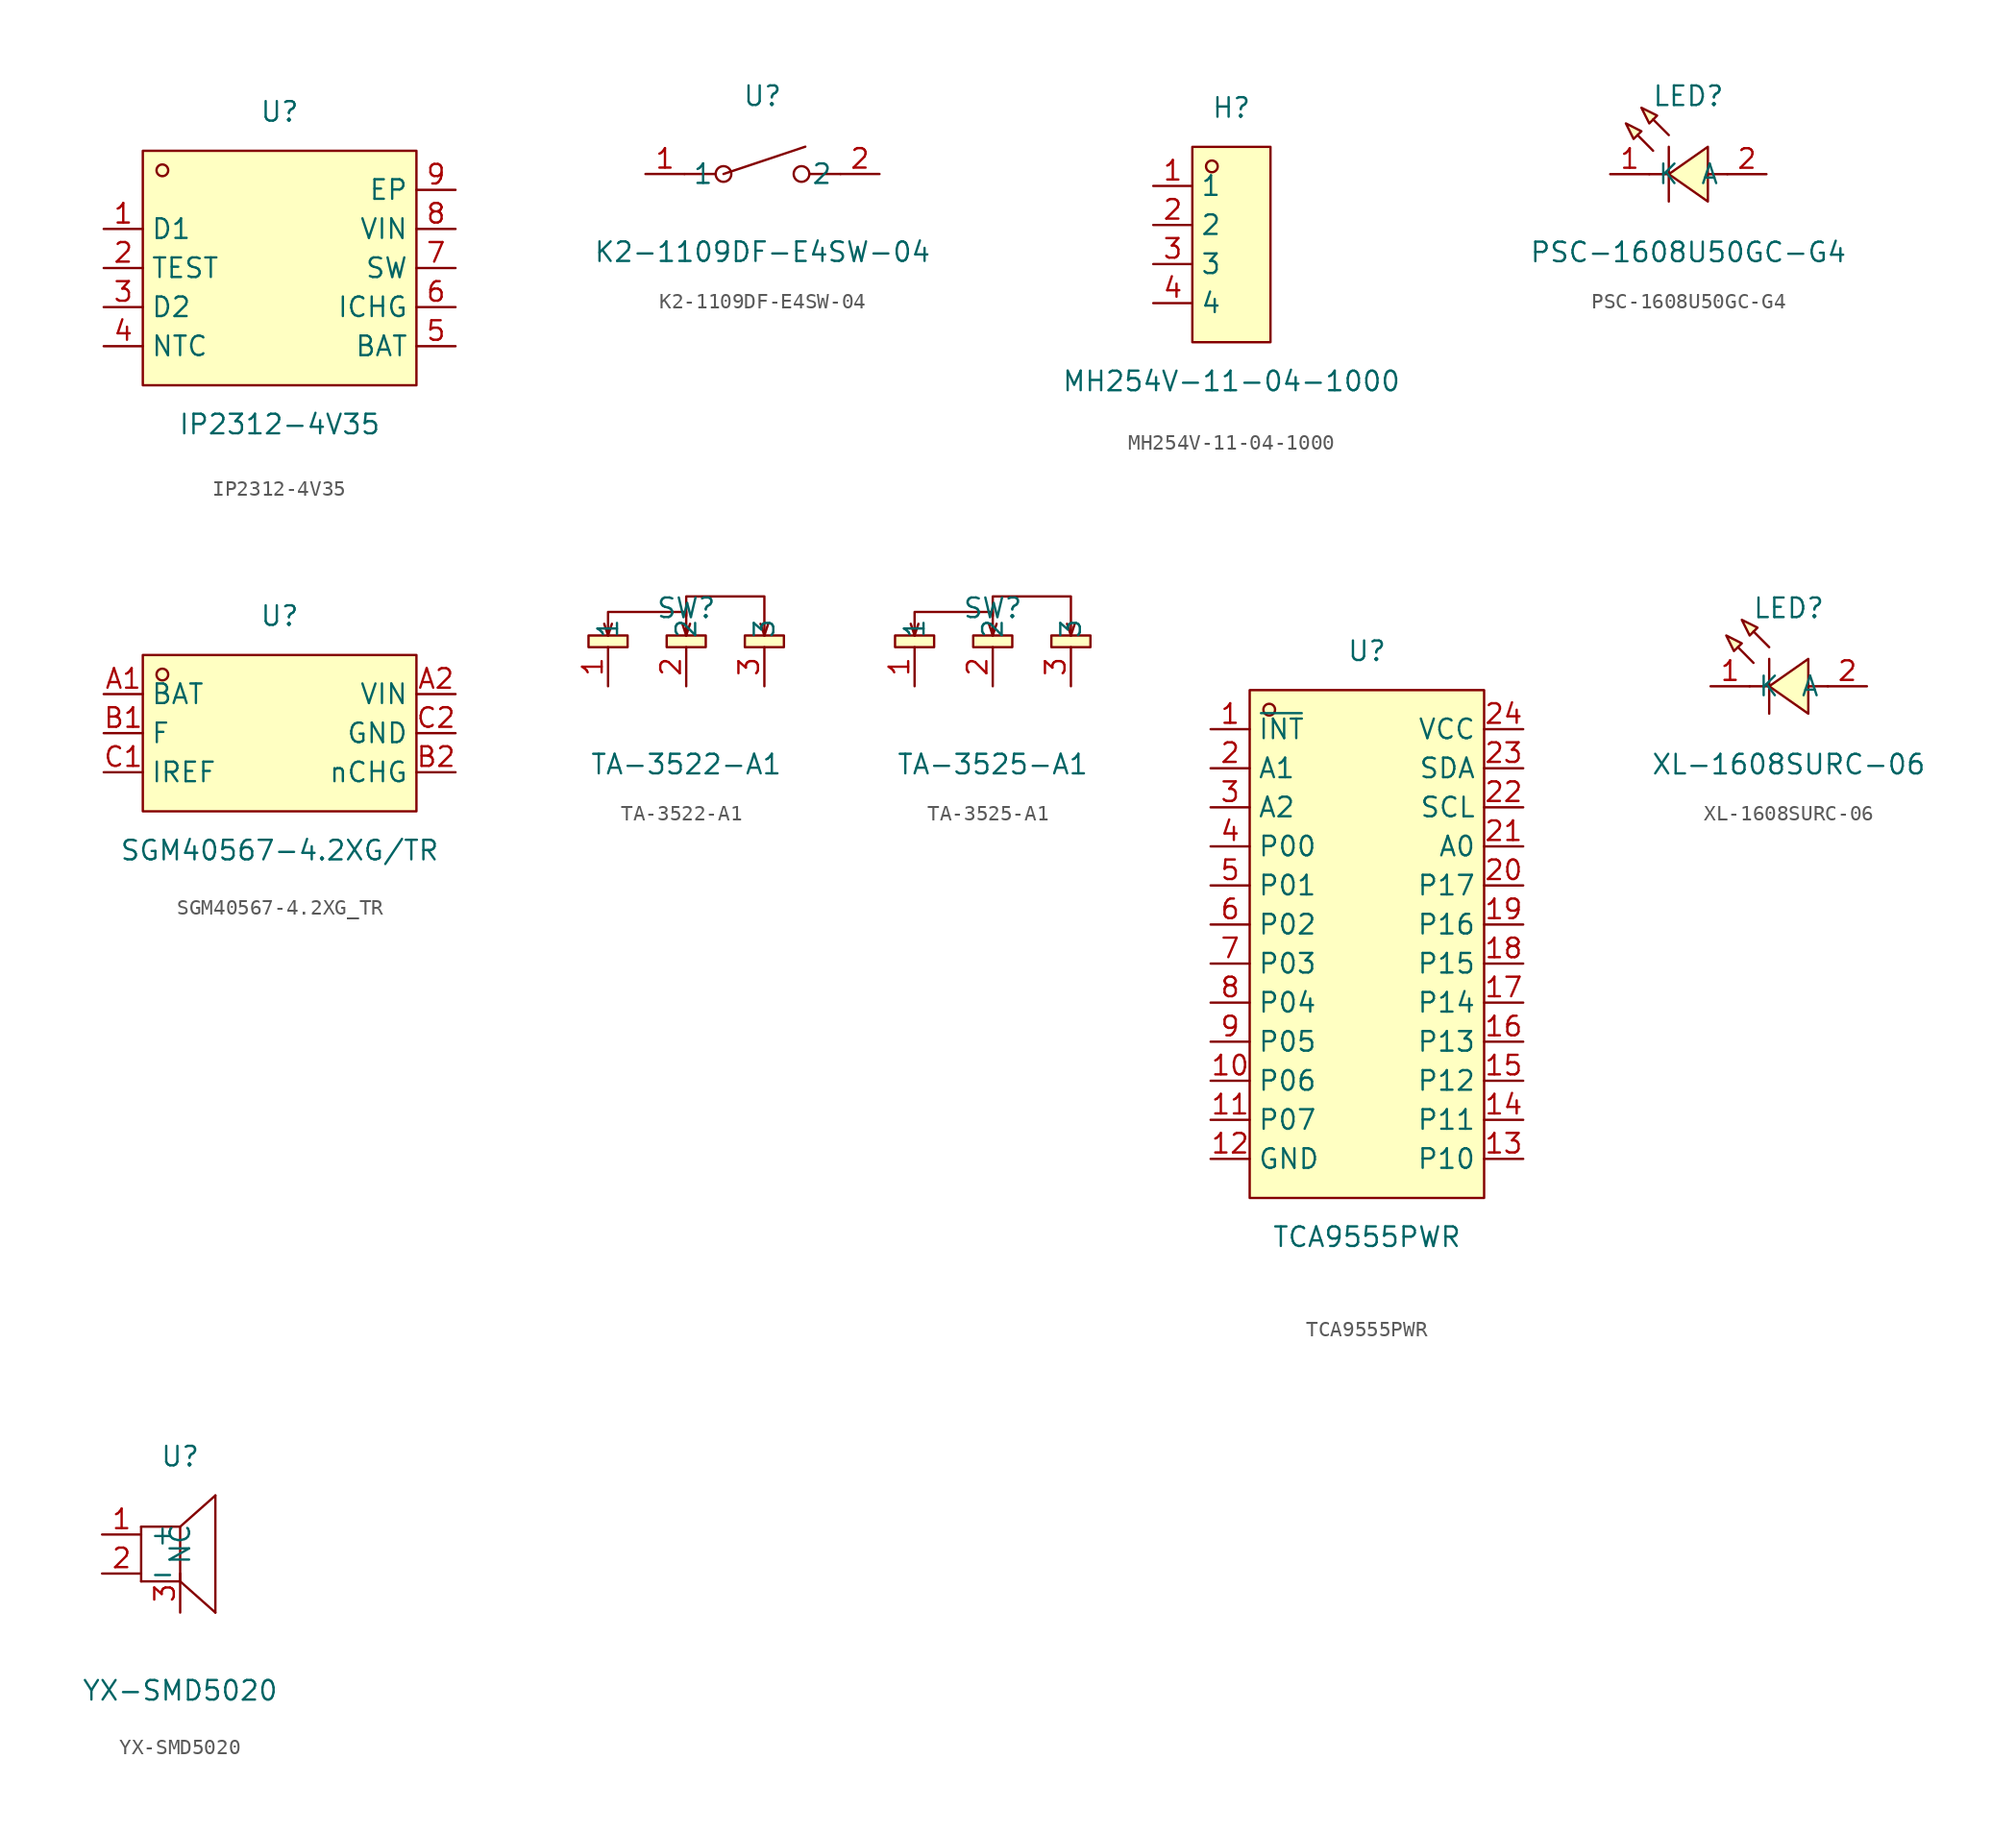
<source format=kicad_sym>
(kicad_symbol_lib
  (version 20211014)
  (generator https://github.com/uPesy/easyeda2kicad.py)
  (symbol "IP2312-4V35"
    (property "Reference" "U"
      (at 0 10.16 0)
      (effects (font (size 1.27 1.27))))
    (property "Value" "IP2312-4V35"
      (at 0 -10.16 0)
      (effects (font (size 1.27 1.27))))
    (symbol "IP2312-4V35_0_1"
      (rectangle (start -8.89 7.62) (end 8.89 -7.62) (stroke (width 0) (type default) (color 0 0 0 0)) (fill (type background)))
      (circle (center -7.62 6.35) (radius 0.38) (stroke (width 0) (type default) (color 0 0 0 0)) (fill (type none)))
      (pin unspecified line (at -11.43 2.54 0) (length 2.54) (name "D1" (effects (font (size 1.27 1.27)))) (number "1" (effects (font (size 1.27 1.27)))))
      (pin unspecified line (at -11.43 -0.00 0) (length 2.54) (name "TEST" (effects (font (size 1.27 1.27)))) (number "2" (effects (font (size 1.27 1.27)))))
      (pin unspecified line (at -11.43 -2.54 0) (length 2.54) (name "D2" (effects (font (size 1.27 1.27)))) (number "3" (effects (font (size 1.27 1.27)))))
      (pin unspecified line (at -11.43 -5.08 0) (length 2.54) (name "NTC" (effects (font (size 1.27 1.27)))) (number "4" (effects (font (size 1.27 1.27)))))
      (pin unspecified line (at 11.43 -5.08 180) (length 2.54) (name "BAT" (effects (font (size 1.27 1.27)))) (number "5" (effects (font (size 1.27 1.27)))))
      (pin unspecified line (at 11.43 -2.54 180) (length 2.54) (name "ICHG" (effects (font (size 1.27 1.27)))) (number "6" (effects (font (size 1.27 1.27)))))
      (pin unspecified line (at 11.43 -0.00 180) (length 2.54) (name "SW" (effects (font (size 1.27 1.27)))) (number "7" (effects (font (size 1.27 1.27)))))
      (pin unspecified line (at 11.43 2.54 180) (length 2.54) (name "VIN" (effects (font (size 1.27 1.27)))) (number "8" (effects (font (size 1.27 1.27)))))
      (pin unspecified line (at 11.43 5.08 180) (length 2.54) (name "EP" (effects (font (size 1.27 1.27)))) (number "9" (effects (font (size 1.27 1.27)))))))
  (symbol "K2-1109DF-E4SW-04"
    (property "Reference" "U"
      (at 0 5.08 0)
      (effects (font (size 1.27 1.27))))
    (property "Value" "K2-1109DF-E4SW-04"
      (at 0 -5.08 0)
      (effects (font (size 1.27 1.27))))
    (symbol "K2-1109DF-E4SW-04_0_1"
      (circle (center -2.54 -0.00) (radius 0.51) (stroke (width 0) (type default) (color 0 0 0 0)) (fill (type none)))
      (circle (center 2.54 -0.00) (radius 0.51) (stroke (width 0) (type default) (color 0 0 0 0)) (fill (type none)))
      (polyline (pts (xy 3.05 -0.00) (xy 5.08 -0.00)) (stroke (width 0) (type default) (color 0 0 0 0)) (fill (type none)))
      (polyline (pts (xy -3.05 -0.00) (xy -5.08 -0.00)) (stroke (width 0) (type default) (color 0 0 0 0)) (fill (type none)))
      (polyline (pts (xy -2.54 -0.00) (xy 2.79 1.78)) (stroke (width 0) (type default) (color 0 0 0 0)) (fill (type none)))
      (pin unspecified line (at -7.62 -0.00 0) (length 2.54) (name "1" (effects (font (size 1.27 1.27)))) (number "1" (effects (font (size 1.27 1.27)))))
      (pin unspecified line (at 7.62 -0.00 180) (length 2.54) (name "2" (effects (font (size 1.27 1.27)))) (number "2" (effects (font (size 1.27 1.27)))))))
  (symbol "MH254V-11-04-1000"
    (property "Reference" "H"
      (at 0 8.89 0)
      (effects (font (size 1.27 1.27))))
    (property "Value" "MH254V-11-04-1000"
      (at 0 -8.89 0)
      (effects (font (size 1.27 1.27))))
    (symbol "MH254V-11-04-1000_0_1"
      (rectangle (start -2.54 6.35) (end 2.54 -6.35) (stroke (width 0) (type default) (color 0 0 0 0)) (fill (type background)))
      (circle (center -1.27 5.08) (radius 0.38) (stroke (width 0) (type default) (color 0 0 0 0)) (fill (type none)))
      (pin unspecified line (at -5.08 3.81 0) (length 2.54) (name "1" (effects (font (size 1.27 1.27)))) (number "1" (effects (font (size 1.27 1.27)))))
      (pin unspecified line (at -5.08 1.27 0) (length 2.54) (name "2" (effects (font (size 1.27 1.27)))) (number "2" (effects (font (size 1.27 1.27)))))
      (pin unspecified line (at -5.08 -1.27 0) (length 2.54) (name "3" (effects (font (size 1.27 1.27)))) (number "3" (effects (font (size 1.27 1.27)))))
      (pin unspecified line (at -5.08 -3.81 0) (length 2.54) (name "4" (effects (font (size 1.27 1.27)))) (number "4" (effects (font (size 1.27 1.27)))))))
  (symbol "PSC-1608U50GC-G4"
    (property "Reference" "LED"
      (at 0 5.08 0)
      (effects (font (size 1.27 1.27))))
    (property "Value" "PSC-1608U50GC-G4"
      (at 0 -5.08 0)
      (effects (font (size 1.27 1.27))))
    (symbol "PSC-1608U50GC-G4_0_1"
      (polyline (pts (xy -4.06 3.30) (xy -3.05 2.79) (xy -3.56 2.29) (xy -4.06 3.30)) (stroke (width 0) (type default) (color 0 0 0 0)) (fill (type background)))
      (polyline (pts (xy -3.05 4.32) (xy -2.03 3.81) (xy -2.54 3.30) (xy -3.05 4.32)) (stroke (width 0) (type default) (color 0 0 0 0)) (fill (type background)))
      (polyline (pts (xy 1.27 1.78) (xy -1.27 -0.00) (xy 1.27 -1.78) (xy 1.27 1.78)) (stroke (width 0) (type default) (color 0 0 0 0)) (fill (type background)))
      (polyline (pts (xy -2.29 1.52) (xy -3.30 2.54) (xy -2.29 1.52)) (stroke (width 0) (type default) (color 0 0 0 0)) (fill (type background)))
      (polyline (pts (xy -1.27 2.54) (xy -2.29 3.56) (xy -1.27 2.54)) (stroke (width 0) (type default) (color 0 0 0 0)) (fill (type background)))
      (polyline (pts (xy -1.27 -0.00) (xy -2.54 -0.00)) (stroke (width 0) (type default) (color 0 0 0 0)) (fill (type none)))
      (polyline (pts (xy 2.54 -0.00) (xy 1.27 -0.00)) (stroke (width 0) (type default) (color 0 0 0 0)) (fill (type none)))
      (polyline (pts (xy -1.27 1.78) (xy -1.27 -1.78)) (stroke (width 0) (type default) (color 0 0 0 0)) (fill (type none)))
      (pin unspecified line (at -5.08 -0.00 0) (length 2.54) (name "K" (effects (font (size 1.27 1.27)))) (number "1" (effects (font (size 1.27 1.27)))))
      (pin unspecified line (at 5.08 -0.00 180) (length 2.54) (name "A" (effects (font (size 1.27 1.27)))) (number "2" (effects (font (size 1.27 1.27)))))))
  (symbol "SGM40567-4.2XG_TR"
    (property "Reference" "U"
      (at 0 7.62 0)
      (effects (font (size 1.27 1.27))))
    (property "Value" "SGM40567-4.2XG/TR"
      (at 0 -7.62 0)
      (effects (font (size 1.27 1.27))))
    (symbol "SGM40567-4.2XG_TR_0_1"
      (rectangle (start -8.89 5.08) (end 8.89 -5.08) (stroke (width 0) (type default) (color 0 0 0 0)) (fill (type background)))
      (circle (center -7.62 3.81) (radius 0.38) (stroke (width 0) (type default) (color 0 0 0 0)) (fill (type none)))
      (pin unspecified line (at -11.43 2.54 0) (length 2.54) (name "BAT" (effects (font (size 1.27 1.27)))) (number "A1" (effects (font (size 1.27 1.27)))))
      (pin unspecified line (at -11.43 -0.00 0) (length 2.54) (name "F" (effects (font (size 1.27 1.27)))) (number "B1" (effects (font (size 1.27 1.27)))))
      (pin unspecified line (at -11.43 -2.54 0) (length 2.54) (name "IREF" (effects (font (size 1.27 1.27)))) (number "C1" (effects (font (size 1.27 1.27)))))
      (pin unspecified line (at 11.43 -2.54 180) (length 2.54) (name "nCHG" (effects (font (size 1.27 1.27)))) (number "B2" (effects (font (size 1.27 1.27)))))
      (pin unspecified line (at 11.43 -0.00 180) (length 2.54) (name "GND" (effects (font (size 1.27 1.27)))) (number "C2" (effects (font (size 1.27 1.27)))))
      (pin unspecified line (at 11.43 2.54 180) (length 2.54) (name "VIN" (effects (font (size 1.27 1.27)))) (number "A2" (effects (font (size 1.27 1.27)))))))
  (symbol "TA-3522-A1"
    (property "Reference" "SW"
      (at 0 2.54 0)
      (effects (font (size 1.27 1.27))))
    (property "Value" "TA-3522-A1"
      (at 0 -7.62 0)
      (effects (font (size 1.27 1.27))))
    (symbol "TA-3522-A1_0_1"
      (rectangle (start 3.81 0.76) (end 6.35 0.00) (stroke (width 0) (type default) (color 0 0 0 0)) (fill (type background)))
      (rectangle (start -1.27 0.76) (end 1.27 0.00) (stroke (width 0) (type default) (color 0 0 0 0)) (fill (type background)))
      (rectangle (start -6.35 0.76) (end -3.81 0.00) (stroke (width 0) (type default) (color 0 0 0 0)) (fill (type background)))
      (polyline (pts (xy -5.08 0.76) (xy -5.08 2.29) (xy 0.00 2.29) (xy 0.00 0.76)) (stroke (width 0) (type default) (color 0 0 0 0)) (fill (type none)))
      (polyline (pts (xy 0.00 2.03) (xy 0.00 3.30) (xy 5.08 3.30) (xy 5.08 0.76)) (stroke (width 0) (type default) (color 0 0 0 0)) (fill (type none)))
      (polyline (pts (xy -5.08 0.76) (xy -5.33 1.52)) (stroke (width 0) (type default) (color 0 0 0 0)) (fill (type none)))
      (polyline (pts (xy -5.08 0.76) (xy -4.83 1.52)) (stroke (width 0) (type default) (color 0 0 0 0)) (fill (type none)))
      (polyline (pts (xy 0.00 0.76) (xy -0.25 1.52)) (stroke (width 0) (type default) (color 0 0 0 0)) (fill (type none)))
      (polyline (pts (xy 0.00 0.76) (xy 0.25 1.52)) (stroke (width 0) (type default) (color 0 0 0 0)) (fill (type none)))
      (polyline (pts (xy 5.08 0.76) (xy 4.83 1.52)) (stroke (width 0) (type default) (color 0 0 0 0)) (fill (type none)))
      (polyline (pts (xy 5.08 0.76) (xy 5.33 1.52)) (stroke (width 0) (type default) (color 0 0 0 0)) (fill (type none)))
      (pin unspecified line (at 5.08 -2.54 90) (length 2.54) (name "3" (effects (font (size 1.27 1.27)))) (number "3" (effects (font (size 1.27 1.27)))))
      (pin unspecified line (at 0.00 -2.54 90) (length 2.54) (name "2" (effects (font (size 1.27 1.27)))) (number "2" (effects (font (size 1.27 1.27)))))
      (pin unspecified line (at -5.08 -2.54 90) (length 2.54) (name "1" (effects (font (size 1.27 1.27)))) (number "1" (effects (font (size 1.27 1.27)))))))
  (symbol "TA-3525-A1"
    (property "Reference" "SW"
      (at 0 2.54 0)
      (effects (font (size 1.27 1.27))))
    (property "Value" "TA-3525-A1"
      (at 0 -7.62 0)
      (effects (font (size 1.27 1.27))))
    (symbol "TA-3525-A1_0_1"
      (rectangle (start 3.81 0.76) (end 6.35 0.00) (stroke (width 0) (type default) (color 0 0 0 0)) (fill (type background)))
      (rectangle (start -1.27 0.76) (end 1.27 0.00) (stroke (width 0) (type default) (color 0 0 0 0)) (fill (type background)))
      (rectangle (start -6.35 0.76) (end -3.81 0.00) (stroke (width 0) (type default) (color 0 0 0 0)) (fill (type background)))
      (polyline (pts (xy -5.08 0.76) (xy -5.08 2.29) (xy 0.00 2.29) (xy 0.00 0.76)) (stroke (width 0) (type default) (color 0 0 0 0)) (fill (type none)))
      (polyline (pts (xy 0.00 2.03) (xy 0.00 3.30) (xy 5.08 3.30) (xy 5.08 0.76)) (stroke (width 0) (type default) (color 0 0 0 0)) (fill (type none)))
      (polyline (pts (xy -5.08 0.76) (xy -5.33 1.52)) (stroke (width 0) (type default) (color 0 0 0 0)) (fill (type none)))
      (polyline (pts (xy -5.08 0.76) (xy -4.83 1.52)) (stroke (width 0) (type default) (color 0 0 0 0)) (fill (type none)))
      (polyline (pts (xy 0.00 0.76) (xy -0.25 1.52)) (stroke (width 0) (type default) (color 0 0 0 0)) (fill (type none)))
      (polyline (pts (xy 0.00 0.76) (xy 0.25 1.52)) (stroke (width 0) (type default) (color 0 0 0 0)) (fill (type none)))
      (polyline (pts (xy 5.08 0.76) (xy 4.83 1.52)) (stroke (width 0) (type default) (color 0 0 0 0)) (fill (type none)))
      (polyline (pts (xy 5.08 0.76) (xy 5.33 1.52)) (stroke (width 0) (type default) (color 0 0 0 0)) (fill (type none)))
      (pin unspecified line (at 5.08 -2.54 90) (length 2.54) (name "3" (effects (font (size 1.27 1.27)))) (number "3" (effects (font (size 1.27 1.27)))))
      (pin unspecified line (at 0.00 -2.54 90) (length 2.54) (name "2" (effects (font (size 1.27 1.27)))) (number "2" (effects (font (size 1.27 1.27)))))
      (pin unspecified line (at -5.08 -2.54 90) (length 2.54) (name "1" (effects (font (size 1.27 1.27)))) (number "1" (effects (font (size 1.27 1.27)))))))
  (symbol "TCA9555PWR"
    (property "Reference" "U"
      (at 0 19.05 0)
      (effects (font (size 1.27 1.27))))
    (property "Value" "TCA9555PWR"
      (at 0 -19.05 0)
      (effects (font (size 1.27 1.27))))
    (symbol "TCA9555PWR_0_1"
      (rectangle (start -7.62 16.51) (end 7.62 -16.51) (stroke (width 0) (type default) (color 0 0 0 0)) (fill (type background)))
      (circle (center -6.35 15.24) (radius 0.38) (stroke (width 0) (type default) (color 0 0 0 0)) (fill (type none)))
      (pin unspecified line (at -10.16 13.97 0) (length 2.54) (name "~{INT}" (effects (font (size 1.27 1.27)))) (number "1" (effects (font (size 1.27 1.27)))))
      (pin unspecified line (at -10.16 11.43 0) (length 2.54) (name "A1" (effects (font (size 1.27 1.27)))) (number "2" (effects (font (size 1.27 1.27)))))
      (pin unspecified line (at -10.16 8.89 0) (length 2.54) (name "A2" (effects (font (size 1.27 1.27)))) (number "3" (effects (font (size 1.27 1.27)))))
      (pin unspecified line (at -10.16 6.35 0) (length 2.54) (name "P00" (effects (font (size 1.27 1.27)))) (number "4" (effects (font (size 1.27 1.27)))))
      (pin unspecified line (at -10.16 3.81 0) (length 2.54) (name "P01" (effects (font (size 1.27 1.27)))) (number "5" (effects (font (size 1.27 1.27)))))
      (pin unspecified line (at -10.16 1.27 0) (length 2.54) (name "P02" (effects (font (size 1.27 1.27)))) (number "6" (effects (font (size 1.27 1.27)))))
      (pin unspecified line (at -10.16 -1.27 0) (length 2.54) (name "P03" (effects (font (size 1.27 1.27)))) (number "7" (effects (font (size 1.27 1.27)))))
      (pin unspecified line (at -10.16 -3.81 0) (length 2.54) (name "P04" (effects (font (size 1.27 1.27)))) (number "8" (effects (font (size 1.27 1.27)))))
      (pin unspecified line (at -10.16 -6.35 0) (length 2.54) (name "P05" (effects (font (size 1.27 1.27)))) (number "9" (effects (font (size 1.27 1.27)))))
      (pin unspecified line (at -10.16 -8.89 0) (length 2.54) (name "P06" (effects (font (size 1.27 1.27)))) (number "10" (effects (font (size 1.27 1.27)))))
      (pin unspecified line (at -10.16 -11.43 0) (length 2.54) (name "P07" (effects (font (size 1.27 1.27)))) (number "11" (effects (font (size 1.27 1.27)))))
      (pin unspecified line (at -10.16 -13.97 0) (length 2.54) (name "GND" (effects (font (size 1.27 1.27)))) (number "12" (effects (font (size 1.27 1.27)))))
      (pin unspecified line (at 10.16 -13.97 180) (length 2.54) (name "P10" (effects (font (size 1.27 1.27)))) (number "13" (effects (font (size 1.27 1.27)))))
      (pin unspecified line (at 10.16 -11.43 180) (length 2.54) (name "P11" (effects (font (size 1.27 1.27)))) (number "14" (effects (font (size 1.27 1.27)))))
      (pin unspecified line (at 10.16 -8.89 180) (length 2.54) (name "P12" (effects (font (size 1.27 1.27)))) (number "15" (effects (font (size 1.27 1.27)))))
      (pin unspecified line (at 10.16 -6.35 180) (length 2.54) (name "P13" (effects (font (size 1.27 1.27)))) (number "16" (effects (font (size 1.27 1.27)))))
      (pin unspecified line (at 10.16 -3.81 180) (length 2.54) (name "P14" (effects (font (size 1.27 1.27)))) (number "17" (effects (font (size 1.27 1.27)))))
      (pin unspecified line (at 10.16 -1.27 180) (length 2.54) (name "P15" (effects (font (size 1.27 1.27)))) (number "18" (effects (font (size 1.27 1.27)))))
      (pin unspecified line (at 10.16 1.27 180) (length 2.54) (name "P16" (effects (font (size 1.27 1.27)))) (number "19" (effects (font (size 1.27 1.27)))))
      (pin unspecified line (at 10.16 3.81 180) (length 2.54) (name "P17" (effects (font (size 1.27 1.27)))) (number "20" (effects (font (size 1.27 1.27)))))
      (pin unspecified line (at 10.16 6.35 180) (length 2.54) (name "A0" (effects (font (size 1.27 1.27)))) (number "21" (effects (font (size 1.27 1.27)))))
      (pin unspecified line (at 10.16 8.89 180) (length 2.54) (name "SCL" (effects (font (size 1.27 1.27)))) (number "22" (effects (font (size 1.27 1.27)))))
      (pin unspecified line (at 10.16 11.43 180) (length 2.54) (name "SDA" (effects (font (size 1.27 1.27)))) (number "23" (effects (font (size 1.27 1.27)))))
      (pin unspecified line (at 10.16 13.97 180) (length 2.54) (name "VCC" (effects (font (size 1.27 1.27)))) (number "24" (effects (font (size 1.27 1.27)))))))
  (symbol "XL-1608SURC-06"
    (property "Reference" "LED"
      (at 0 5.08 0)
      (effects (font (size 1.27 1.27))))
    (property "Value" "XL-1608SURC-06"
      (at 0 -5.08 0)
      (effects (font (size 1.27 1.27))))
    (symbol "XL-1608SURC-06_0_1"
      (polyline (pts (xy -4.06 3.30) (xy -3.05 2.79) (xy -3.56 2.29) (xy -4.06 3.30)) (stroke (width 0) (type default) (color 0 0 0 0)) (fill (type background)))
      (polyline (pts (xy -3.05 4.32) (xy -2.03 3.81) (xy -2.54 3.30) (xy -3.05 4.32)) (stroke (width 0) (type default) (color 0 0 0 0)) (fill (type background)))
      (polyline (pts (xy 1.27 1.78) (xy -1.27 -0.00) (xy 1.27 -1.78) (xy 1.27 1.78)) (stroke (width 0) (type default) (color 0 0 0 0)) (fill (type background)))
      (polyline (pts (xy -2.29 1.52) (xy -3.30 2.54) (xy -2.29 1.52)) (stroke (width 0) (type default) (color 0 0 0 0)) (fill (type background)))
      (polyline (pts (xy -1.27 2.54) (xy -2.29 3.56) (xy -1.27 2.54)) (stroke (width 0) (type default) (color 0 0 0 0)) (fill (type background)))
      (polyline (pts (xy -1.27 -0.00) (xy -2.54 -0.00)) (stroke (width 0) (type default) (color 0 0 0 0)) (fill (type none)))
      (polyline (pts (xy 2.54 -0.00) (xy 1.27 -0.00)) (stroke (width 0) (type default) (color 0 0 0 0)) (fill (type none)))
      (polyline (pts (xy -1.27 1.78) (xy -1.27 -1.78)) (stroke (width 0) (type default) (color 0 0 0 0)) (fill (type none)))
      (pin unspecified line (at -5.08 -0.00 0) (length 2.54) (name "K" (effects (font (size 1.27 1.27)))) (number "1" (effects (font (size 1.27 1.27)))))
      (pin unspecified line (at 5.08 -0.00 180) (length 2.54) (name "A" (effects (font (size 1.27 1.27)))) (number "2" (effects (font (size 1.27 1.27)))))))
  (symbol "YX-SMD5020"
    (property "Reference" "U"
      (at 0 5.08 0)
      (effects (font (size 1.27 1.27))))
    (property "Value" "YX-SMD5020"
      (at 0 -10.16 0)
      (effects (font (size 1.27 1.27))))
    (symbol "YX-SMD5020_0_1"
      (polyline (pts (xy 2.29 2.54) (xy 0.00 0.51)) (stroke (width 0) (type default) (color 0 0 0 0)) (fill (type none)))
      (polyline (pts (xy 0.00 -3.05) (xy 2.29 -5.08)) (stroke (width 0) (type default) (color 0 0 0 0)) (fill (type none)))
      (polyline (pts (xy 2.29 2.54) (xy 2.29 -5.08)) (stroke (width 0) (type default) (color 0 0 0 0)) (fill (type none)))
      (polyline (pts (xy 0.00 0.51) (xy 0.00 -3.05)) (stroke (width 0) (type default) (color 0 0 0 0)) (fill (type none)))
      (polyline (pts (xy -2.54 0.51) (xy -2.54 -3.05)) (stroke (width 0) (type default) (color 0 0 0 0)) (fill (type none)))
      (polyline (pts (xy -2.54 -3.05) (xy 0.00 -3.05)) (stroke (width 0) (type default) (color 0 0 0 0)) (fill (type none)))
      (polyline (pts (xy -2.54 0.51) (xy 0.00 0.51)) (stroke (width 0) (type default) (color 0 0 0 0)) (fill (type none)))
      (pin unspecified line (at -5.08 -0.00 0) (length 2.54) (name "+" (effects (font (size 1.27 1.27)))) (number "1" (effects (font (size 1.27 1.27)))))
      (pin unspecified line (at -5.08 -2.54 0) (length 2.54) (name "-" (effects (font (size 1.27 1.27)))) (number "2" (effects (font (size 1.27 1.27)))))
      (pin unspecified line (at 0.00 -5.08 90) (length 2.54) (name "NC" (effects (font (size 1.27 1.27)))) (number "3" (effects (font (size 1.27 1.27))))))))
</source>
